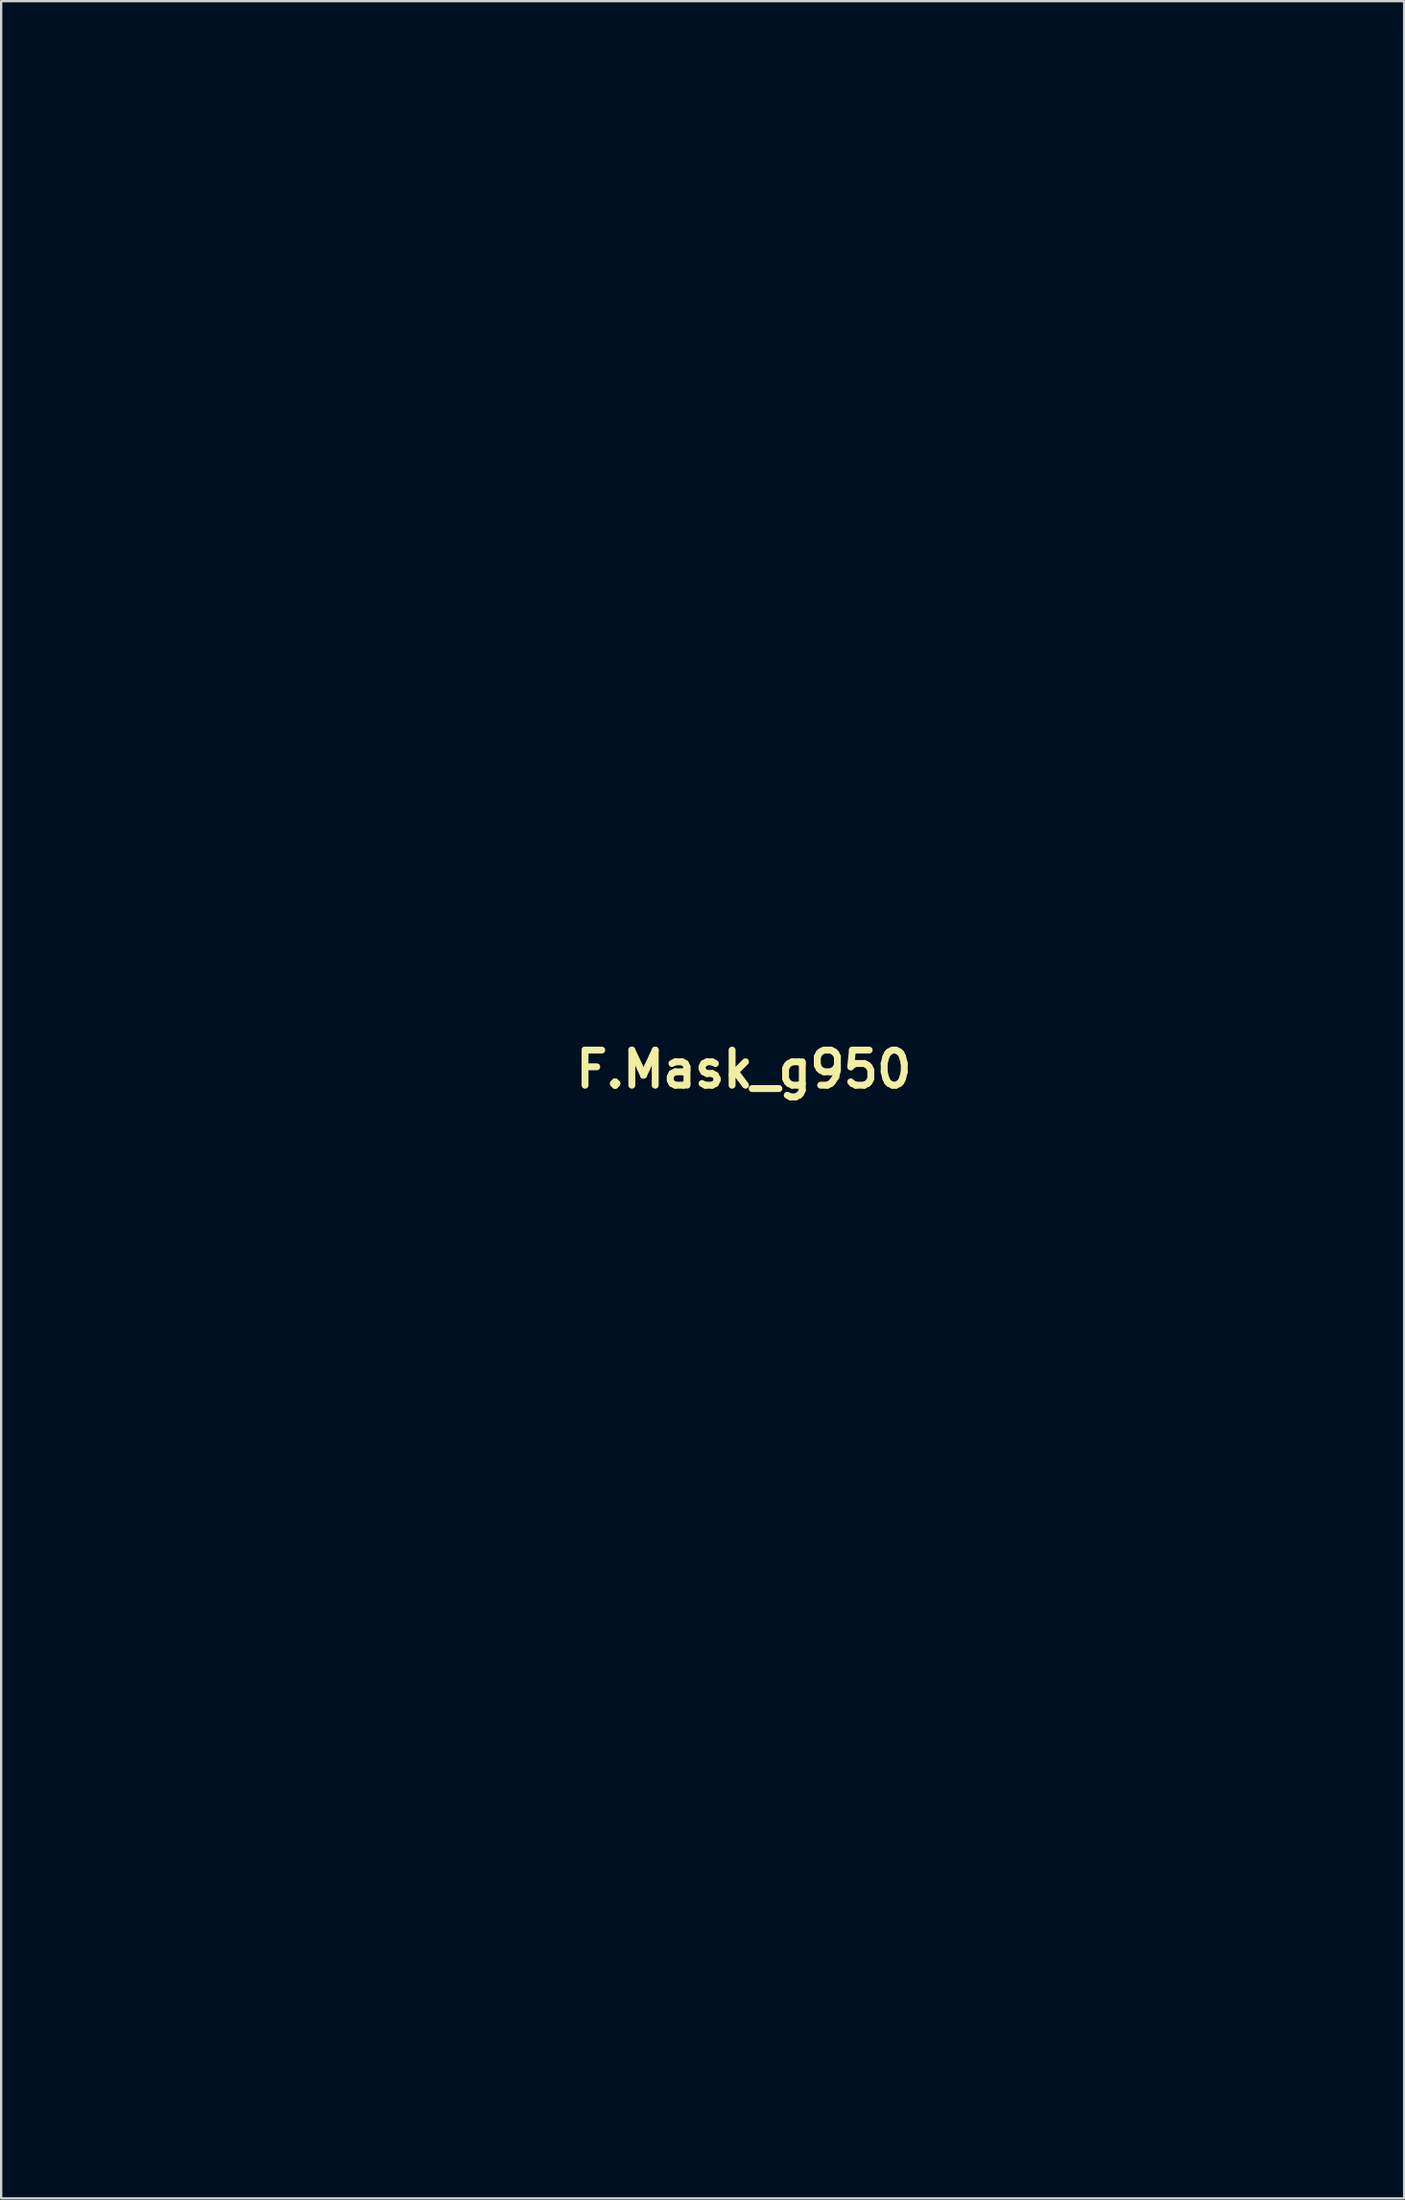
<source format=kicad_pcb>
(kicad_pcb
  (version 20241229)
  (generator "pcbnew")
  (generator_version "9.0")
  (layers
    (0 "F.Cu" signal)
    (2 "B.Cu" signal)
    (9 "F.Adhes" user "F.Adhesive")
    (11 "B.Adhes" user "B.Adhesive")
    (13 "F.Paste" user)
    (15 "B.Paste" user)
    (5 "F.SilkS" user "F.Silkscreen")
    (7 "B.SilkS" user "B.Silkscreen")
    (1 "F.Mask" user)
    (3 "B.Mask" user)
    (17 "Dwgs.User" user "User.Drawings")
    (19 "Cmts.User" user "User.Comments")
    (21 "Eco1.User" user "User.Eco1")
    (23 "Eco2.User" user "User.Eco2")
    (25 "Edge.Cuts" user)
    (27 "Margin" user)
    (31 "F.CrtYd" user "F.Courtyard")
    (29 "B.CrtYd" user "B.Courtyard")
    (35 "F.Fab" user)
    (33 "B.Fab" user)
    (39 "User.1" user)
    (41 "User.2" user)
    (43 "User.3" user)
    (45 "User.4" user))
  (footprint "F.Mask_g950"
    (layer "F.Cu")
    (at 29.249 43.356)
    (property "Reference" "F.Mask_g950" (at 0 0 0) (layer "F.SilkS") (effects (font (size 1.524 1.524) (thickness 0.3))))
    (attr through_hole)
    (fp_poly (pts (xy -1.715 -43.133) (xy -1.535 -42.882) (xy -1.337 -42.605) (xy -1.131 -42.311) (xy -0.921 -42.011) (xy -0.715 -41.714) (xy -0.52 -41.429) (xy -0.48 -41.37) (xy -0.379 -41.223) (xy -0.282 -41.081) (xy -0.192 -40.949) (xy -0.112 -40.834) (xy -0.047 -40.739) (xy 0.001 -40.672) (xy 0.019 -40.646) (xy 0.064 -40.583) (xy 0.128 -40.488) (xy 0.21 -40.365) (xy 0.306 -40.22) (xy 0.413 -40.056) (xy 0.529 -39.878) (xy 0.651 -39.69) (xy 0.775 -39.496) (xy 0.9 -39.301) (xy 1.023 -39.109) (xy 1.099 -38.989) (xy 1.903 -37.691) (xy 2.703 -36.351) (xy 3.498 -34.972) (xy 4.287 -33.555) (xy 5.07 -32.1) (xy 5.846 -30.609) (xy 6.615 -29.083) (xy 7.377 -27.523) (xy 8.131 -25.931) (xy 8.876 -24.308) (xy 9.612 -22.654) (xy 10.34 -20.971) (xy 11.057 -19.261) (xy 11.764 -17.524) (xy 12.46 -15.761) (xy 13.145 -13.975) (xy 13.819 -12.165) (xy 14.48 -10.334) (xy 15.129 -8.482) (xy 15.765 -6.611) (xy 16.387 -4.721) (xy 16.995 -2.815) (xy 17.589 -0.892) (xy 18.168 1.045) (xy 18.732 2.995) (xy 19.28 4.958) (xy 19.812 6.931) (xy 20.327 8.915) (xy 20.825 10.907) (xy 21.305 12.906) (xy 21.661 14.446) (xy 22.06 16.234) (xy 22.444 18.027) (xy 22.811 19.822) (xy 23.162 21.615) (xy 23.496 23.404) (xy 23.812 25.185) (xy 24.11 26.954) (xy 24.389 28.709) (xy 24.649 30.446) (xy 24.889 32.161) (xy 25.109 33.852) (xy 25.307 35.516) (xy 25.485 37.147) (xy 25.558 37.878) (xy 25.576 38.063) (xy 25.594 38.244) (xy 25.61 38.413) (xy 25.625 38.565) (xy 25.638 38.692) (xy 25.648 38.79) (xy 25.653 38.84) (xy 25.661 38.927) (xy 25.667 38.996) (xy 25.669 39.037) (xy 25.668 39.045) (xy 25.65 39.035) (xy 25.599 39.003) (xy 25.519 38.952) (xy 25.411 38.884) (xy 25.28 38.799) (xy 25.127 38.701) (xy 24.957 38.59) (xy 24.77 38.469) (xy 24.571 38.34) (xy 24.425 38.245) (xy 23.922 37.917) (xy 23.452 37.611) (xy 23.013 37.326) (xy 22.605 37.06) (xy 22.224 36.813) (xy 21.87 36.582) (xy 21.54 36.368) (xy 21.232 36.169) (xy 20.945 35.983) (xy 20.677 35.81) (xy 20.425 35.648) (xy 20.189 35.496) (xy 19.966 35.353) (xy 19.754 35.217) (xy 19.551 35.088) (xy 19.356 34.964) (xy 19.167 34.844) (xy 18.982 34.726) (xy 18.798 34.611) (xy 18.754 34.583) (xy 17.489 33.794) (xy 16.229 33.026) (xy 14.957 32.266) (xy 14.277 31.867) (xy 14.094 31.76) (xy 13.913 31.654) (xy 13.738 31.551) (xy 13.575 31.456) (xy 13.429 31.37) (xy 13.306 31.298) (xy 13.212 31.243) (xy 13.176 31.221) (xy 12.428 30.794) (xy 11.692 30.407) (xy 10.968 30.061) (xy 10.254 29.754) (xy 9.55 29.486) (xy 8.855 29.258) (xy 8.17 29.07) (xy 7.492 28.92) (xy 6.823 28.809) (xy 6.161 28.737) (xy 5.98 28.724) (xy 5.421 28.705) (xy 4.869 28.719) (xy 4.326 28.767) (xy 3.798 28.847) (xy 3.287 28.959) (xy 2.798 29.102) (xy 2.335 29.276) (xy 2.244 29.315) (xy 2.162 29.351) (xy 2.05 29.398) (xy 1.919 29.454) (xy 1.777 29.514) (xy 1.634 29.573) (xy 1.609 29.584) (xy 0.76 29.942) (xy -0.122 30.325) (xy -1.036 30.734) (xy -1.983 31.168) (xy -2.963 31.626) (xy -3.974 32.109) (xy -5.016 32.616) (xy -6.089 33.148) (xy -7.192 33.703) (xy -8.326 34.282) (xy -9.489 34.884) (xy -10.682 35.51) (xy -11.903 36.158) (xy -13.153 36.83) (xy -14.431 37.524) (xy -15.737 38.24) (xy -17.07 38.979) (xy -18.429 39.74) (xy -19.815 40.522) (xy -21.228 41.326) (xy -22.665 42.151) (xy -24.128 42.998) (xy -25.616 43.865) (xy -27.128 44.753) (xy -28.019 45.279) (xy -28.225 45.401) (xy -28.421 45.516) (xy -28.603 45.624) (xy -28.768 45.721) (xy -28.914 45.806) (xy -29.036 45.878) (xy -29.132 45.934) (xy -29.2 45.973) (xy -29.235 45.993) (xy -29.24 45.995) (xy -29.244 45.977) (xy -29.241 45.932) (xy -29.24 45.926) (xy -29.236 45.89) (xy -29.228 45.816) (xy -29.217 45.711) (xy -29.203 45.58) (xy -29.188 45.428) (xy -29.171 45.261) (xy -29.156 45.117) (xy -28.927 42.925) (xy -28.676 40.702) (xy -28.404 38.454) (xy -28.112 36.184) (xy -27.801 33.898) (xy -27.471 31.601) (xy -27.123 29.298) (xy -26.758 26.994) (xy -26.378 24.693) (xy -25.981 22.401) (xy -25.57 20.123) (xy -25.145 17.864) (xy -24.707 15.628) (xy -24.277 13.52) (xy -23.924 11.845) (xy -23.569 10.207) (xy -23.211 8.6) (xy -22.848 7.018) (xy -22.479 5.454) (xy -22.103 3.904) (xy -21.717 2.362) (xy -21.321 0.821) (xy -20.913 -0.723) (xy -20.492 -2.278) (xy -20.057 -3.849) (xy -19.979 -4.128) (xy -19.43 -6.042) (xy -18.871 -7.924) (xy -18.303 -9.775) (xy -17.726 -11.593) (xy -17.139 -13.376) (xy -16.543 -15.126) (xy -15.939 -16.839) (xy -15.327 -18.517) (xy -14.707 -20.157) (xy -14.079 -21.759) (xy -13.444 -23.323) (xy -12.802 -24.847) (xy -12.153 -26.33) (xy -11.742 -27.241) (xy -11.387 -28.009) (xy -11.02 -28.786) (xy -10.643 -29.567) (xy -10.26 -30.343) (xy -9.875 -31.107) (xy -9.491 -31.853) (xy -9.113 -32.572) (xy -8.749 -33.248) (xy -8.168 -34.294) (xy -7.578 -35.314) (xy -6.983 -36.306) (xy -6.382 -37.27) (xy -5.776 -38.203) (xy -5.168 -39.104) (xy -4.558 -39.97) (xy -3.947 -40.8) (xy -3.336 -41.593) (xy -2.727 -42.347) (xy -2.266 -42.892) (xy -2.174 -42.999) (xy -2.089 -43.098) (xy -2.016 -43.183) (xy -1.959 -43.249) (xy -1.923 -43.291) (xy -1.916 -43.3) (xy -1.873 -43.351) (xy -1.715 -43.133)) (stroke (width 0.01) (type solid)) (fill yes) (layer "F.Mask")))
  (gr_rect
    (start -3 -3)
    (end 57.923 92.356)
    (stroke (width 0.1) (type default))
    (fill no)
    (layer "Edge.Cuts")))
</source>
